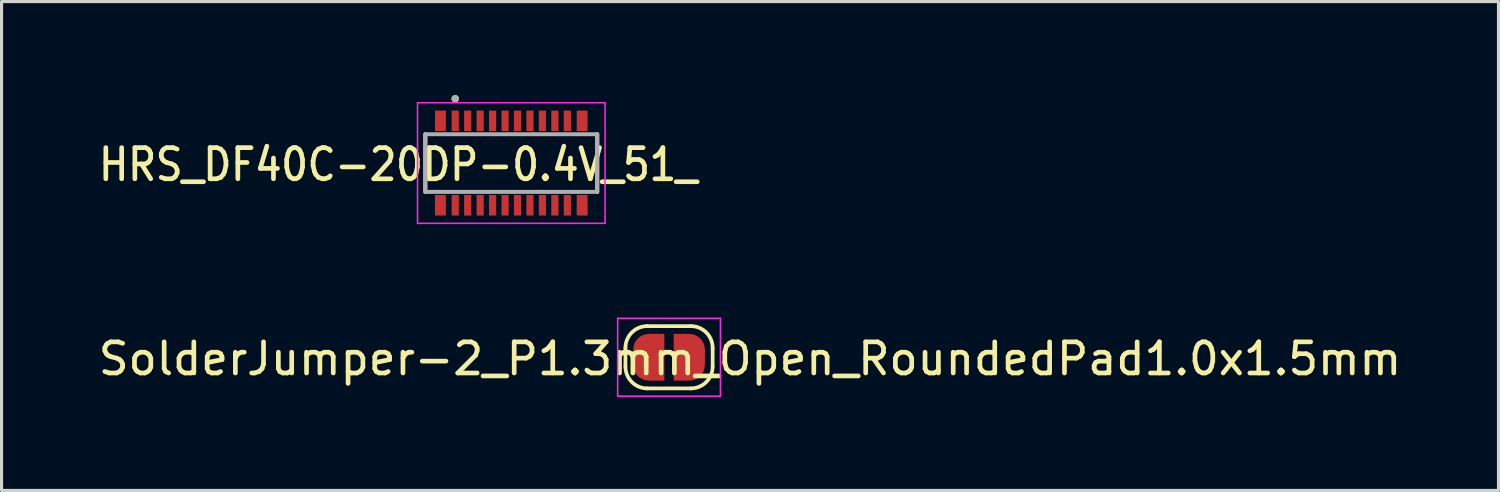
<source format=kicad_pcb>
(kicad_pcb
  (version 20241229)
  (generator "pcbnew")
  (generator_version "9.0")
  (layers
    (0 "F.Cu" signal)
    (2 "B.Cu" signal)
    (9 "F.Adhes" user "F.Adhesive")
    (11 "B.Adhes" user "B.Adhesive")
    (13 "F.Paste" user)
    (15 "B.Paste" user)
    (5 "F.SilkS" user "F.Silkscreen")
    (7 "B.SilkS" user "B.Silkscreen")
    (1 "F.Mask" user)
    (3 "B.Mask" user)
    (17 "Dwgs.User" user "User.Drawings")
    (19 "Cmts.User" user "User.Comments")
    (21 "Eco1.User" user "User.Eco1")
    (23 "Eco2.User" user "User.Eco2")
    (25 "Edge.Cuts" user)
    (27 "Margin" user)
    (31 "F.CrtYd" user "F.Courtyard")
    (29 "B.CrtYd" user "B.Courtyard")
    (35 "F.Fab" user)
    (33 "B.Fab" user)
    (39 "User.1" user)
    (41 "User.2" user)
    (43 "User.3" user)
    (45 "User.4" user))
  (footprint "HRS_DF40C-20DP-0.4V_51_"
    (layer "F.Cu")
    (at 13.365 2.185)
    (property "Reference" "HRS_DF40C-20DP-0.4V_51_" (at -3.63 0.05 0) (layer "F.SilkS") (effects (font (size 1 0.89) (thickness 0.15))))
    (attr smd)
    (fp_line (start -2.76 0.925) (end -2.76 -0.925) (stroke (width 0.127) (type solid)) (layer "F.SilkS"))
    (fp_line (start 2.76 -0.925) (end 2.76 0.925) (stroke (width 0.127) (type solid)) (layer "F.SilkS"))
    (fp_circle (center -1.8 -2.065) (end -1.74 -2.065) (stroke (width 0.12) (type solid)) (fill no) (layer "F.SilkS"))
    (fp_line (start -3.01 -1.935) (end 3.01 -1.935) (stroke (width 0.05) (type solid)) (layer "F.CrtYd"))
    (fp_line (start -3.01 1.935) (end -3.01 -1.935) (stroke (width 0.05) (type solid)) (layer "F.CrtYd"))
    (fp_line (start 3.01 -1.935) (end 3.01 1.935) (stroke (width 0.05) (type solid)) (layer "F.CrtYd"))
    (fp_line (start 3.01 1.935) (end -3.01 1.935) (stroke (width 0.05) (type solid)) (layer "F.CrtYd"))
    (fp_line (start -2.76 -0.925) (end 2.76 -0.925) (stroke (width 0.127) (type solid)) (layer "F.Fab"))
    (fp_line (start -2.76 0.925) (end -2.76 -0.925) (stroke (width 0.127) (type solid)) (layer "F.Fab"))
    (fp_line (start 2.76 -0.925) (end 2.76 0.925) (stroke (width 0.127) (type solid)) (layer "F.Fab"))
    (fp_line (start 2.76 0.925) (end -2.76 0.925) (stroke (width 0.127) (type solid)) (layer "F.Fab"))
    (fp_circle (center -1.8 -2.065) (end -1.74 -2.065) (stroke (width 0.12) (type solid)) (fill no) (layer "F.Fab"))
    (pad "1" smd rect (at -1.8 -1.355) (size 0.23 0.66) (layers "F.Cu" "F.Mask" "F.Paste"))
    (pad "2" smd rect (at -1.8 1.355) (size 0.23 0.66) (layers "F.Cu" "F.Mask" "F.Paste"))
    (pad "3" smd rect (at -1.4 -1.355) (size 0.23 0.66) (layers "F.Cu" "F.Mask" "F.Paste"))
    (pad "4" smd rect (at -1.4 1.355) (size 0.23 0.66) (layers "F.Cu" "F.Mask" "F.Paste"))
    (pad "5" smd rect (at -1 -1.355) (size 0.23 0.66) (layers "F.Cu" "F.Mask" "F.Paste"))
    (pad "6" smd rect (at -1 1.355) (size 0.23 0.66) (layers "F.Cu" "F.Mask" "F.Paste"))
    (pad "7" smd rect (at -0.6 -1.355) (size 0.23 0.66) (layers "F.Cu" "F.Mask" "F.Paste"))
    (pad "8" smd rect (at -0.6 1.355) (size 0.23 0.66) (layers "F.Cu" "F.Mask" "F.Paste"))
    (pad "9" smd rect (at -0.2 -1.355) (size 0.23 0.66) (layers "F.Cu" "F.Mask" "F.Paste"))
    (pad "10" smd rect (at -0.2 1.355) (size 0.23 0.66) (layers "F.Cu" "F.Mask" "F.Paste"))
    (pad "11" smd rect (at 0.2 -1.355) (size 0.23 0.66) (layers "F.Cu" "F.Mask" "F.Paste"))
    (pad "12" smd rect (at 0.2 1.355) (size 0.23 0.66) (layers "F.Cu" "F.Mask" "F.Paste"))
    (pad "13" smd rect (at 0.6 -1.355) (size 0.23 0.66) (layers "F.Cu" "F.Mask" "F.Paste"))
    (pad "14" smd rect (at 0.6 1.355) (size 0.23 0.66) (layers "F.Cu" "F.Mask" "F.Paste"))
    (pad "15" smd rect (at 1 -1.355) (size 0.23 0.66) (layers "F.Cu" "F.Mask" "F.Paste"))
    (pad "16" smd rect (at 1 1.355) (size 0.23 0.66) (layers "F.Cu" "F.Mask" "F.Paste"))
    (pad "17" smd rect (at 1.4 -1.355) (size 0.23 0.66) (layers "F.Cu" "F.Mask" "F.Paste"))
    (pad "18" smd rect (at 1.4 1.355) (size 0.23 0.66) (layers "F.Cu" "F.Mask" "F.Paste"))
    (pad "19" smd rect (at 1.8 -1.355) (size 0.23 0.66) (layers "F.Cu" "F.Mask" "F.Paste"))
    (pad "20" smd rect (at 1.8 1.355) (size 0.23 0.66) (layers "F.Cu" "F.Mask" "F.Paste"))
    (pad "S1" smd rect (at -2.275 -1.355) (size 0.35 0.66) (layers "F.Cu" "F.Mask" "F.Paste"))
    (pad "S2" smd rect (at -2.275 1.355) (size 0.35 0.66) (layers "F.Cu" "F.Mask" "F.Paste"))
    (pad "S3" smd rect (at 2.275 -1.355) (size 0.35 0.66) (layers "F.Cu" "F.Mask" "F.Paste"))
    (pad "S4" smd rect (at 2.275 1.355) (size 0.35 0.66) (layers "F.Cu" "F.Mask" "F.Paste")))
  (footprint "SolderJumper-2_P1.3mm_Open_RoundedPad1.0x1.5mm"
    (layer "F.Cu")
    (at 18.43 8.42)
    (property "Reference" "SolderJumper-2_P1.3mm_Open_RoundedPad1.0x1.5mm" (at 2.6 0.05 0) (layer "F.SilkS") (effects (font (size 1 1) (thickness 0.15))))
    (attr exclude_from_pos_files exclude_from_bom allow_soldermask_bridges)
    (fp_rect (start -0.15 -0.75) (end 0.15 0.75) (stroke (width 0) (type default)) (fill yes) (layer "F.Mask"))
    (fp_line (start -1.4 0.3) (end -1.4 -0.3) (stroke (width 0.12) (type solid)) (layer "F.SilkS"))
    (fp_line (start -0.7 -1) (end 0.7 -1) (stroke (width 0.12) (type solid)) (layer "F.SilkS"))
    (fp_line (start 0.7 1) (end -0.7 1) (stroke (width 0.12) (type solid)) (layer "F.SilkS"))
    (fp_line (start 1.4 -0.3) (end 1.4 0.3) (stroke (width 0.12) (type solid)) (layer "F.SilkS"))
    (fp_arc (start -1.4 -0.3) (mid -1.194975 -0.794975) (end -0.7 -1) (stroke (width 0.12) (type solid)) (layer "F.SilkS"))
    (fp_arc (start -0.7 1) (mid -1.194975 0.794975) (end -1.4 0.3) (stroke (width 0.12) (type solid)) (layer "F.SilkS"))
    (fp_arc (start 0.7 -1) (mid 1.194975 -0.794975) (end 1.4 -0.3) (stroke (width 0.12) (type solid)) (layer "F.SilkS"))
    (fp_arc (start 1.4 0.3) (mid 1.194975 0.794975) (end 0.7 1) (stroke (width 0.12) (type solid)) (layer "F.SilkS"))
    (fp_line (start -1.65 -1.25) (end -1.65 1.25) (stroke (width 0.05) (type solid)) (layer "F.CrtYd"))
    (fp_line (start -1.65 -1.25) (end 1.65 -1.25) (stroke (width 0.05) (type solid)) (layer "F.CrtYd"))
    (fp_line (start 1.65 1.25) (end -1.65 1.25) (stroke (width 0.05) (type solid)) (layer "F.CrtYd"))
    (fp_line (start 1.65 1.25) (end 1.65 -1.25) (stroke (width 0.05) (type solid)) (layer "F.CrtYd"))
    (pad "1" smd custom (at -0.65 0) (size 1 0.5) (layers "F.Cu" "F.Mask") (options (anchor rect)) (primitives (gr_circle (center 0 0.25) (end 0.5 0.25) (width 0) (fill yes)) (gr_circle (center 0 -0.25) (end 0.5 -0.25) (width 0) (fill yes)) (gr_poly (pts (xy 0.5 0.75) (xy 0 0.75) (xy 0 -0.75) (xy 0.5 -0.75)) (width 0) (fill yes))))
    (pad "2" smd custom (at 0.65 0) (size 1 0.5) (layers "F.Cu" "F.Mask") (options (anchor rect)) (primitives (gr_circle (center 0 0.25) (end 0.5 0.25) (width 0) (fill yes)) (gr_circle (center 0 -0.25) (end 0.5 -0.25) (width 0) (fill yes)) (gr_poly (pts (xy 0 0.75) (xy -0.5 0.75) (xy -0.5 -0.75) (xy 0 -0.75)) (width 0) (fill yes)))))
  (gr_rect
    (start -3 -3)
    (end 45.06 12.695)
    (stroke (width 0.1) (type default))
    (fill no)
    (layer "Edge.Cuts")))
</source>
